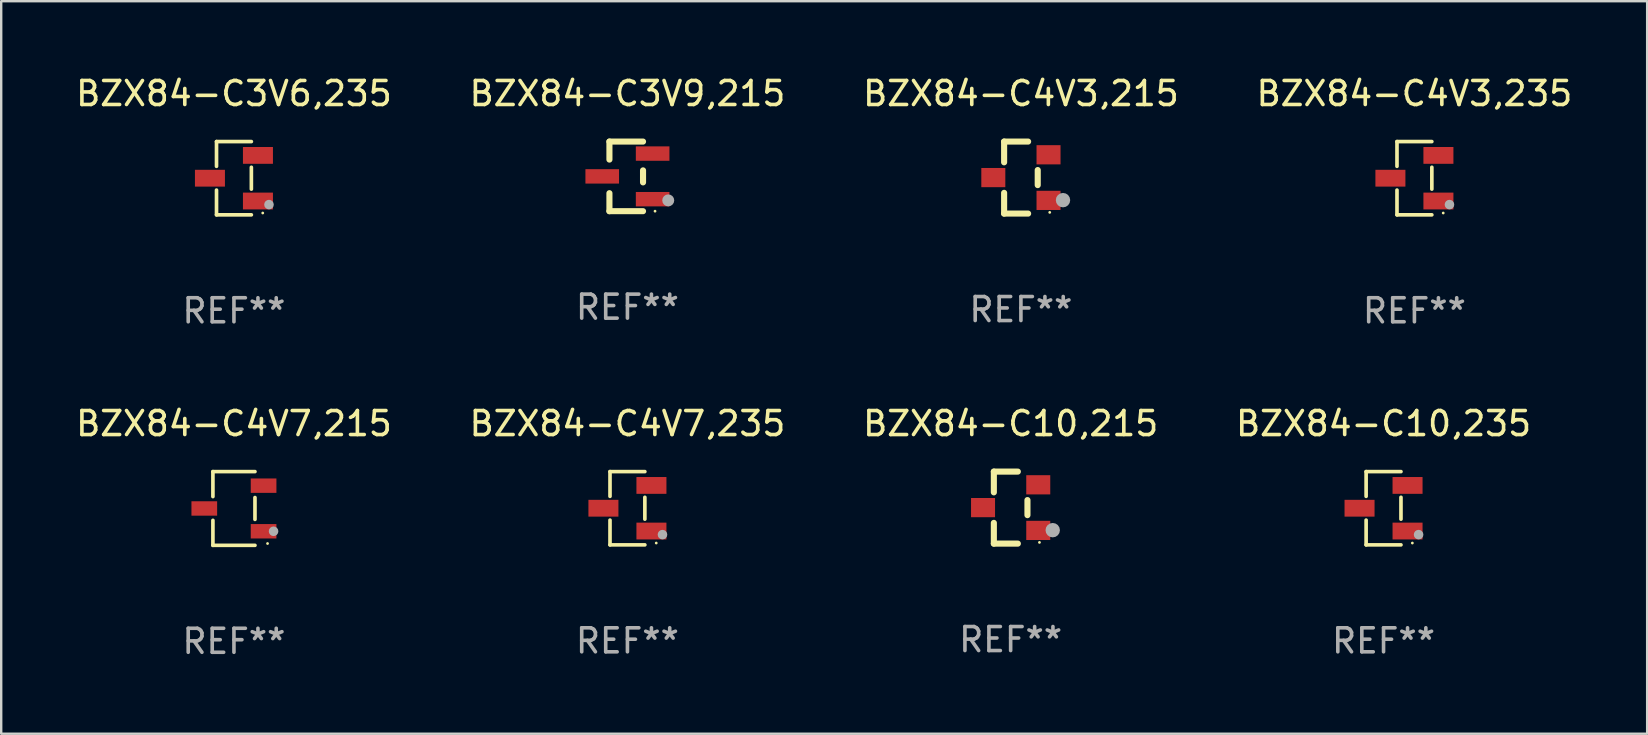
<source format=kicad_pcb>
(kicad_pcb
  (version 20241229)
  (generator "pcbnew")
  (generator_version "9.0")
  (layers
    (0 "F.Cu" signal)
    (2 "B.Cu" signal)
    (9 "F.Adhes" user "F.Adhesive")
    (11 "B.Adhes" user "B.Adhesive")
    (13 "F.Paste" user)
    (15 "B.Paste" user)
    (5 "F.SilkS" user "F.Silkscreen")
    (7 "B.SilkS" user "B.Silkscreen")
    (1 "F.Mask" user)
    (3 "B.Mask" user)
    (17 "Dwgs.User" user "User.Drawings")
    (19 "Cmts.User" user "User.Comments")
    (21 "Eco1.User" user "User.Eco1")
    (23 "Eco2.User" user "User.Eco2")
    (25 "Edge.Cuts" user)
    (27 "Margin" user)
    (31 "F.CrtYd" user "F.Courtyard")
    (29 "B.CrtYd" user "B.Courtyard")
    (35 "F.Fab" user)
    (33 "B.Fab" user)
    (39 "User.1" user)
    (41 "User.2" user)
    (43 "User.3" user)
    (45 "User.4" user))
  (footprint "BZX84-C10,215"
    (layer "F.Cu")
    (at 39.054 18.097)
    (property "Reference" "BZX84-C10,215" (at 0 -3.5 0) (layer "F.SilkS") (effects (font (size 1 1) (thickness 0.15))))
    (attr through_hole)
    (fp_line (start -0.7 -1.5) (end 0.3 -1.5) (stroke (width 0.254) (type solid)) (layer "F.SilkS"))
    (fp_line (start -0.7 -0.636) (end -0.7 -1.5) (stroke (width 0.254) (type solid)) (layer "F.SilkS"))
    (fp_line (start -0.7 1.5) (end -0.7 0.636) (stroke (width 0.254) (type solid)) (layer "F.SilkS"))
    (fp_line (start -0.7 1.5) (end 0.3 1.5) (stroke (width 0.254) (type solid)) (layer "F.SilkS"))
    (fp_line (start 0.7 0.314) (end 0.7 -0.314) (stroke (width 0.254) (type solid)) (layer "F.SilkS"))
    (fp_circle (center 1.2 1.45) (end 1.23 1.45) (stroke (width 0.06) (type solid)) (fill no) (layer "F.SilkS"))
    (fp_circle (center 1.753 0.94) (end 1.903 0.94) (stroke (width 0.3) (type solid)) (fill no) (layer "F.Fab"))
    (fp_text user "REF**" (at 0 5.5 0) (layer "F.Fab") (effects (font (size 1 1) (thickness 0.15))))
    (pad "1" smd rect (at 1.15 0.95 180) (size 1 0.8) (layers "F.Cu" "F.Mask" "F.Paste"))
    (pad "2" smd rect (at 1.15 -0.95 180) (size 1 0.8) (layers "F.Cu" "F.Mask" "F.Paste"))
    (pad "3" smd rect (at -1.15 -0.000051 180) (size 1 0.8) (layers "F.Cu" "F.Mask" "F.Paste")))
  (footprint "BZX84-C4V3,215"
    (layer "F.Cu")
    (at 39.482 4.348)
    (property "Reference" "BZX84-C4V3,215" (at 0 -3.5 0) (layer "F.SilkS") (effects (font (size 1 1) (thickness 0.15))))
    (attr through_hole)
    (fp_line (start -0.7 -1.5) (end 0.3 -1.5) (stroke (width 0.254) (type solid)) (layer "F.SilkS"))
    (fp_line (start -0.7 -0.636) (end -0.7 -1.5) (stroke (width 0.254) (type solid)) (layer "F.SilkS"))
    (fp_line (start -0.7 1.5) (end -0.7 0.636) (stroke (width 0.254) (type solid)) (layer "F.SilkS"))
    (fp_line (start -0.7 1.5) (end 0.3 1.5) (stroke (width 0.254) (type solid)) (layer "F.SilkS"))
    (fp_line (start 0.7 0.314) (end 0.7 -0.314) (stroke (width 0.254) (type solid)) (layer "F.SilkS"))
    (fp_circle (center 1.2 1.45) (end 1.23 1.45) (stroke (width 0.06) (type solid)) (fill no) (layer "F.SilkS"))
    (fp_circle (center 1.753 0.94) (end 1.903 0.94) (stroke (width 0.3) (type solid)) (fill no) (layer "F.Fab"))
    (fp_text user "REF**" (at 0 5.5 0) (layer "F.Fab") (effects (font (size 1 1) (thickness 0.15))))
    (pad "1" smd rect (at 1.15 0.95 180) (size 1 0.8) (layers "F.Cu" "F.Mask" "F.Paste"))
    (pad "2" smd rect (at 1.15 -0.95 180) (size 1 0.8) (layers "F.Cu" "F.Mask" "F.Paste"))
    (pad "3" smd rect (at -1.15 -0.000051 180) (size 1 0.8) (layers "F.Cu" "F.Mask" "F.Paste")))
  (footprint "BZX84-C4V7,215"
    (layer "F.Cu")
    (at 6.696 18.133)
    (property "Reference" "BZX84-C4V7,215" (at 0 -3.536 0) (layer "F.SilkS") (effects (font (size 1 1) (thickness 0.15))))
    (attr through_hole)
    (fp_line (start -0.876 -1.536) (end -0.876 -0.495) (stroke (width 0.152) (type solid)) (layer "F.SilkS"))
    (fp_line (start -0.876 1.536) (end -0.876 0.495) (stroke (width 0.152) (type solid)) (layer "F.SilkS"))
    (fp_line (start 0.876 -1.536) (end -0.876 -1.536) (stroke (width 0.152) (type solid)) (layer "F.SilkS"))
    (fp_line (start 0.876 -0.455) (end 0.876 0.455) (stroke (width 0.152) (type solid)) (layer "F.SilkS"))
    (fp_line (start 0.876 1.536) (end -0.876 1.536) (stroke (width 0.152) (type solid)) (layer "F.SilkS"))
    (fp_circle (center 1.4 1.46) (end 1.43 1.46) (stroke (width 0.06) (type solid)) (fill no) (layer "F.SilkS"))
    (fp_circle (center 1.651 0.95) (end 1.751 0.95) (stroke (width 0.2) (type solid)) (fill no) (layer "F.Fab"))
    (fp_text user "REF**" (at 0 5.536 0) (layer "F.Fab") (effects (font (size 1 1) (thickness 0.15))))
    (pad "1" smd rect (at 1.235 0.95) (size 1.07 0.6) (layers "F.Cu" "F.Mask" "F.Paste"))
    (pad "2" smd rect (at 1.235 -0.95) (size 1.07 0.6) (layers "F.Cu" "F.Mask" "F.Paste"))
    (pad "3" smd rect (at -1.235 0) (size 1.07 0.6) (layers "F.Cu" "F.Mask" "F.Paste")))
  (footprint "BZX84-C3V6,235"
    (layer "F.Cu")
    (at 6.696 4.374)
    (property "Reference" "BZX84-C3V6,235" (at 0 -3.526 0) (layer "F.SilkS") (effects (font (size 1 1) (thickness 0.15))))
    (attr through_hole)
    (fp_line (start -0.726 -1.526) (end -0.726 -0.495) (stroke (width 0.152) (type solid)) (layer "F.SilkS"))
    (fp_line (start -0.726 1.526) (end -0.726 0.495) (stroke (width 0.152) (type solid)) (layer "F.SilkS"))
    (fp_line (start 0.726 -1.526) (end -0.726 -1.526) (stroke (width 0.152) (type solid)) (layer "F.SilkS"))
    (fp_line (start 0.726 -0.455) (end 0.726 0.455) (stroke (width 0.152) (type solid)) (layer "F.SilkS"))
    (fp_line (start 0.726 1.526) (end -0.726 1.526) (stroke (width 0.152) (type solid)) (layer "F.SilkS"))
    (fp_circle (center 1.2 1.45) (end 1.23 1.45) (stroke (width 0.06) (type solid)) (fill no) (layer "F.SilkS"))
    (fp_circle (center 1.46 1.1) (end 1.56 1.1) (stroke (width 0.2) (type solid)) (fill no) (layer "F.Fab"))
    (fp_text user "REF**" (at 0 5.526 0) (layer "F.Fab") (effects (font (size 1 1) (thickness 0.15))))
    (pad "1" smd rect (at 1 0.95) (size 1.25 0.7) (layers "F.Cu" "F.Mask" "F.Paste"))
    (pad "2" smd rect (at 1 -0.95) (size 1.25 0.7) (layers "F.Cu" "F.Mask" "F.Paste"))
    (pad "3" smd rect (at -1 0) (size 1.25 0.7) (layers "F.Cu" "F.Mask" "F.Paste")))
  (footprint "BZX84-C4V7,235"
    (layer "F.Cu")
    (at 23.089 18.123)
    (property "Reference" "BZX84-C4V7,235" (at 0 -3.526 0) (layer "F.SilkS") (effects (font (size 1 1) (thickness 0.15))))
    (attr through_hole)
    (fp_line (start -0.726 -1.526) (end -0.726 -0.495) (stroke (width 0.152) (type solid)) (layer "F.SilkS"))
    (fp_line (start -0.726 1.526) (end -0.726 0.495) (stroke (width 0.152) (type solid)) (layer "F.SilkS"))
    (fp_line (start 0.726 -1.526) (end -0.726 -1.526) (stroke (width 0.152) (type solid)) (layer "F.SilkS"))
    (fp_line (start 0.726 -0.455) (end 0.726 0.455) (stroke (width 0.152) (type solid)) (layer "F.SilkS"))
    (fp_line (start 0.726 1.526) (end -0.726 1.526) (stroke (width 0.152) (type solid)) (layer "F.SilkS"))
    (fp_circle (center 1.2 1.45) (end 1.23 1.45) (stroke (width 0.06) (type solid)) (fill no) (layer "F.SilkS"))
    (fp_circle (center 1.46 1.1) (end 1.56 1.1) (stroke (width 0.2) (type solid)) (fill no) (layer "F.Fab"))
    (fp_text user "REF**" (at 0 5.526 0) (layer "F.Fab") (effects (font (size 1 1) (thickness 0.15))))
    (pad "1" smd rect (at 1 0.95) (size 1.25 0.7) (layers "F.Cu" "F.Mask" "F.Paste"))
    (pad "2" smd rect (at 1 -0.95) (size 1.25 0.7) (layers "F.Cu" "F.Mask" "F.Paste"))
    (pad "3" smd rect (at -1 0) (size 1.25 0.7) (layers "F.Cu" "F.Mask" "F.Paste")))
  (footprint "BZX84-C4V3,235"
    (layer "F.Cu")
    (at 55.875 4.374)
    (property "Reference" "BZX84-C4V3,235" (at 0 -3.526 0) (layer "F.SilkS") (effects (font (size 1 1) (thickness 0.15))))
    (attr through_hole)
    (fp_line (start -0.726 -1.526) (end -0.726 -0.495) (stroke (width 0.152) (type solid)) (layer "F.SilkS"))
    (fp_line (start -0.726 1.526) (end -0.726 0.495) (stroke (width 0.152) (type solid)) (layer "F.SilkS"))
    (fp_line (start 0.726 -1.526) (end -0.726 -1.526) (stroke (width 0.152) (type solid)) (layer "F.SilkS"))
    (fp_line (start 0.726 -0.455) (end 0.726 0.455) (stroke (width 0.152) (type solid)) (layer "F.SilkS"))
    (fp_line (start 0.726 1.526) (end -0.726 1.526) (stroke (width 0.152) (type solid)) (layer "F.SilkS"))
    (fp_circle (center 1.2 1.45) (end 1.23 1.45) (stroke (width 0.06) (type solid)) (fill no) (layer "F.SilkS"))
    (fp_circle (center 1.46 1.1) (end 1.56 1.1) (stroke (width 0.2) (type solid)) (fill no) (layer "F.Fab"))
    (fp_text user "REF**" (at 0 5.526 0) (layer "F.Fab") (effects (font (size 1 1) (thickness 0.15))))
    (pad "1" smd rect (at 1 0.95) (size 1.25 0.7) (layers "F.Cu" "F.Mask" "F.Paste"))
    (pad "2" smd rect (at 1 -0.95) (size 1.25 0.7) (layers "F.Cu" "F.Mask" "F.Paste"))
    (pad "3" smd rect (at -1 0) (size 1.25 0.7) (layers "F.Cu" "F.Mask" "F.Paste")))
  (footprint "BZX84-C10,235"
    (layer "F.Cu")
    (at 54.589 18.123)
    (property "Reference" "BZX84-C10,235" (at 0 -3.526 0) (layer "F.SilkS") (effects (font (size 1 1) (thickness 0.15))))
    (attr through_hole)
    (fp_line (start -0.726 -1.526) (end -0.726 -0.495) (stroke (width 0.152) (type solid)) (layer "F.SilkS"))
    (fp_line (start -0.726 1.526) (end -0.726 0.495) (stroke (width 0.152) (type solid)) (layer "F.SilkS"))
    (fp_line (start 0.726 -1.526) (end -0.726 -1.526) (stroke (width 0.152) (type solid)) (layer "F.SilkS"))
    (fp_line (start 0.726 -0.455) (end 0.726 0.455) (stroke (width 0.152) (type solid)) (layer "F.SilkS"))
    (fp_line (start 0.726 1.526) (end -0.726 1.526) (stroke (width 0.152) (type solid)) (layer "F.SilkS"))
    (fp_circle (center 1.2 1.45) (end 1.23 1.45) (stroke (width 0.06) (type solid)) (fill no) (layer "F.SilkS"))
    (fp_circle (center 1.46 1.1) (end 1.56 1.1) (stroke (width 0.2) (type solid)) (fill no) (layer "F.Fab"))
    (fp_text user "REF**" (at 0 5.526 0) (layer "F.Fab") (effects (font (size 1 1) (thickness 0.15))))
    (pad "1" smd rect (at 1 0.95) (size 1.25 0.7) (layers "F.Cu" "F.Mask" "F.Paste"))
    (pad "2" smd rect (at 1 -0.95) (size 1.25 0.7) (layers "F.Cu" "F.Mask" "F.Paste"))
    (pad "3" smd rect (at -1 0) (size 1.25 0.7) (layers "F.Cu" "F.Mask" "F.Paste")))
  (footprint "BZX84-C3V9,215"
    (layer "F.Cu")
    (at 23.089 4.298)
    (property "Reference" "BZX84-C3V9,215" (at 0 -3.45 0) (layer "F.SilkS") (effects (font (size 1 1) (thickness 0.15))))
    (attr through_hole)
    (fp_line (start -0.75 -1.45) (end 0.65 -1.45) (stroke (width 0.254) (type solid)) (layer "F.SilkS"))
    (fp_line (start -0.75 -0.7) (end -0.75 -1.45) (stroke (width 0.254) (type solid)) (layer "F.SilkS"))
    (fp_line (start -0.75 1.45) (end -0.75 0.7) (stroke (width 0.254) (type solid)) (layer "F.SilkS"))
    (fp_line (start -0.75 1.45) (end 0.65 1.45) (stroke (width 0.254) (type solid)) (layer "F.SilkS"))
    (fp_line (start 0.65 0.25) (end 0.65 -0.25) (stroke (width 0.254) (type solid)) (layer "F.SilkS"))
    (fp_circle (center 1.15 1.45) (end 1.18 1.45) (stroke (width 0.06) (type solid)) (fill no) (layer "F.SilkS"))
    (fp_circle (center 1.7 1) (end 1.825 1) (stroke (width 0.25) (type solid)) (fill no) (layer "F.Fab"))
    (fp_text user "REF**" (at 0 5.45 0) (layer "F.Fab") (effects (font (size 1 1) (thickness 0.15))))
    (pad "1" smd rect (at 1.05 0.95) (size 1.4 0.6) (layers "F.Cu" "F.Mask" "F.Paste"))
    (pad "2" smd rect (at 1.05 -0.95) (size 1.4 0.6) (layers "F.Cu" "F.Mask" "F.Paste"))
    (pad "3" smd rect (at -1.05 0) (size 1.4 0.6) (layers "F.Cu" "F.Mask" "F.Paste")))
  (gr_rect
    (start -3 -3)
    (end 65.571 27.518)
    (stroke (width 0.1) (type default))
    (fill no)
    (layer "Edge.Cuts")))
</source>
